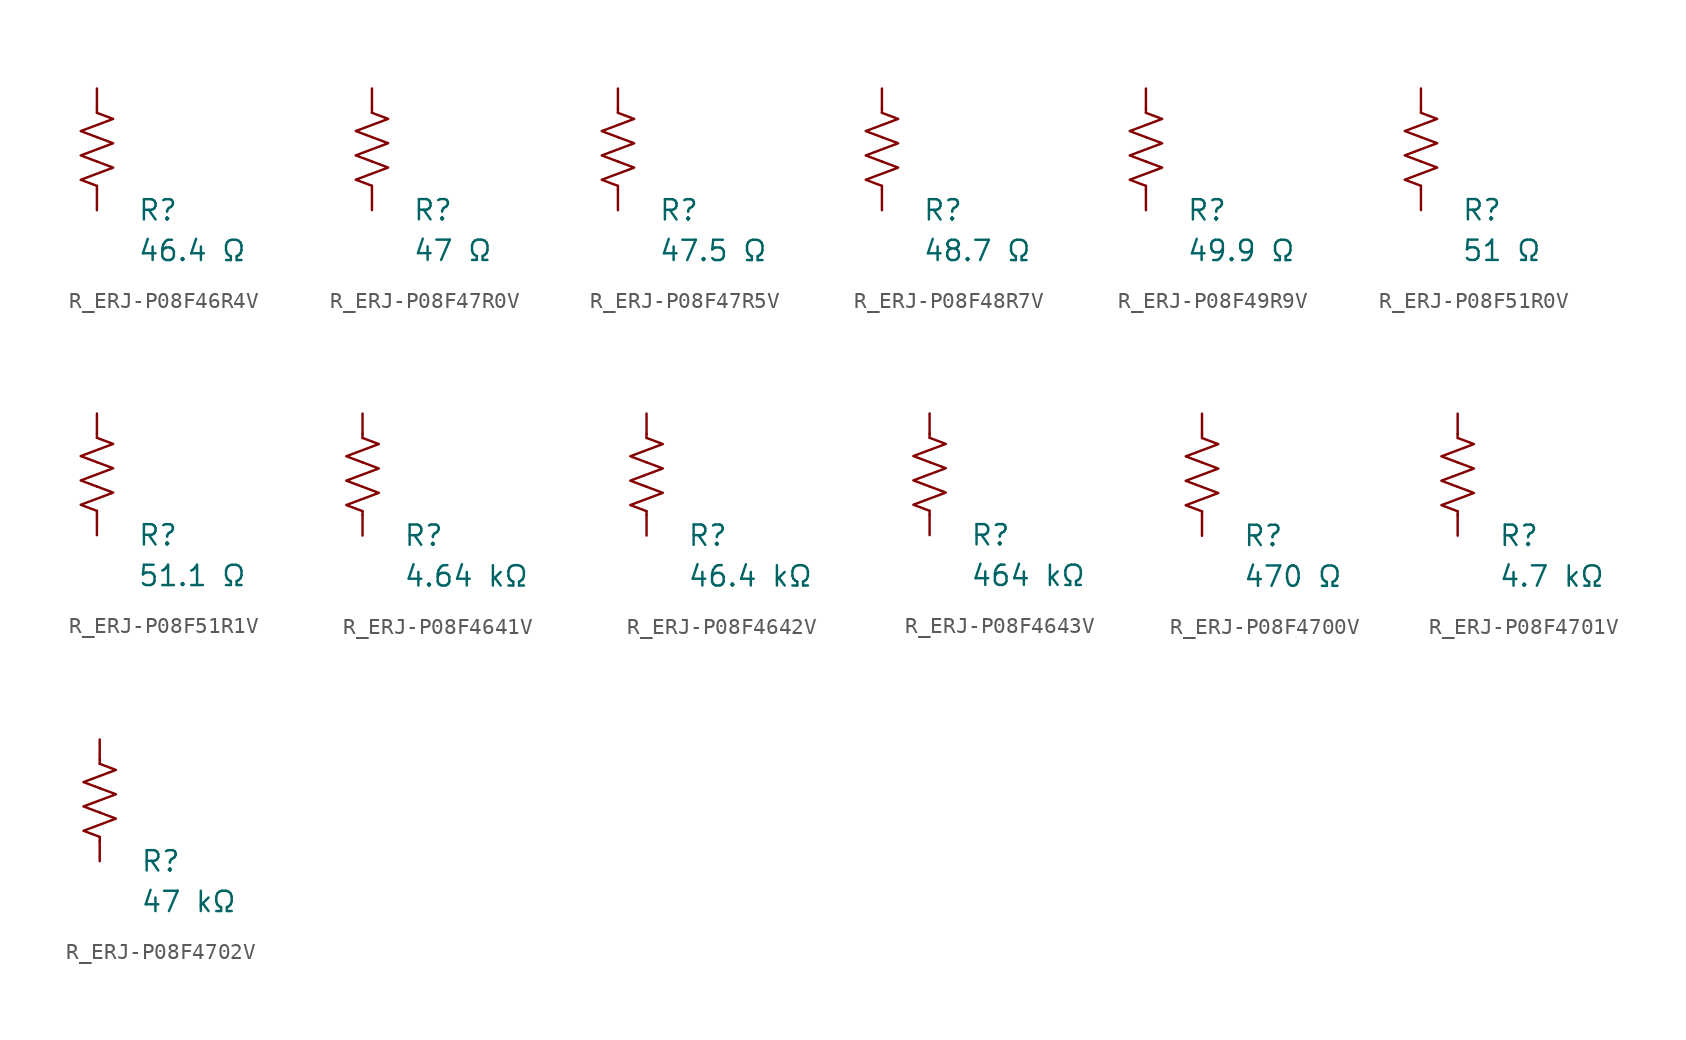
<source format=kicad_sym>
(kicad_symbol_lib
  (version 20231120)
  (generator "kicad_symbol_editor")
  (generator_version "8.0")
  (symbol "R_ERJ-P08F46R4V"
    (pin_numbers hide)
    (pin_names
      (offset 0))
    (property "Reference" "R"
      (at 2.54 -3.81 0)
      (effects (font (size 1.27 1.27)) (justify left))
      (show_name no))
    (property "Value" "46.4 Ω"
      (at 2.54 -6.35 0)
      (effects (font (size 1.27 1.27)) (justify left))
      (show_name no))
    (symbol "R_ERJ-P08F46R4V_0_1"
      (polyline (pts (xy 0 -2.286) (xy 0 -2.54)) (stroke (width 0) (type default)) (fill (type none)))
      (polyline (pts (xy 0 2.286) (xy 0 2.54)) (stroke (width 0) (type default)) (fill (type none)))
      (polyline (pts (xy 0 -0.762) (xy 1.016 -1.143) (xy 0 -1.524) (xy -1.016 -1.905) (xy 0 -2.286)) (stroke (width 0) (type default)) (fill (type none)))
      (polyline (pts (xy 0 0.762) (xy 1.016 0.381) (xy 0 0) (xy -1.016 -0.381) (xy 0 -0.762)) (stroke (width 0) (type default)) (fill (type none)))
      (polyline (pts (xy 0 2.286) (xy 1.016 1.905) (xy 0 1.524) (xy -1.016 1.143) (xy 0 0.762)) (stroke (width 0) (type default)) (fill (type none))))
    (symbol "R_ERJ-P08F46R4V_1_1"
      (pin passive line (at 0 3.81 270) (length 1.27) (name "~" (effects (font (size 1.27 1.27)))) (number "1" (effects (font (size 1.27 1.27)))))
      (pin passive line (at 0 -3.81 90) (length 1.27) (name "~" (effects (font (size 1.27 1.27)))) (number "2" (effects (font (size 1.27 1.27)))))))
  (symbol "R_ERJ-P08F47R0V"
    (pin_numbers hide)
    (pin_names
      (offset 0))
    (property "Reference" "R"
      (at 2.54 -3.81 0)
      (effects (font (size 1.27 1.27)) (justify left))
      (show_name no))
    (property "Value" "47 Ω"
      (at 2.54 -6.35 0)
      (effects (font (size 1.27 1.27)) (justify left))
      (show_name no))
    (symbol "R_ERJ-P08F47R0V_0_1"
      (polyline (pts (xy 0 -2.286) (xy 0 -2.54)) (stroke (width 0) (type default)) (fill (type none)))
      (polyline (pts (xy 0 2.286) (xy 0 2.54)) (stroke (width 0) (type default)) (fill (type none)))
      (polyline (pts (xy 0 -0.762) (xy 1.016 -1.143) (xy 0 -1.524) (xy -1.016 -1.905) (xy 0 -2.286)) (stroke (width 0) (type default)) (fill (type none)))
      (polyline (pts (xy 0 0.762) (xy 1.016 0.381) (xy 0 0) (xy -1.016 -0.381) (xy 0 -0.762)) (stroke (width 0) (type default)) (fill (type none)))
      (polyline (pts (xy 0 2.286) (xy 1.016 1.905) (xy 0 1.524) (xy -1.016 1.143) (xy 0 0.762)) (stroke (width 0) (type default)) (fill (type none))))
    (symbol "R_ERJ-P08F47R0V_1_1"
      (pin passive line (at 0 3.81 270) (length 1.27) (name "~" (effects (font (size 1.27 1.27)))) (number "1" (effects (font (size 1.27 1.27)))))
      (pin passive line (at 0 -3.81 90) (length 1.27) (name "~" (effects (font (size 1.27 1.27)))) (number "2" (effects (font (size 1.27 1.27)))))))
  (symbol "R_ERJ-P08F47R5V"
    (pin_numbers hide)
    (pin_names
      (offset 0))
    (property "Reference" "R"
      (at 2.54 -3.81 0)
      (effects (font (size 1.27 1.27)) (justify left))
      (show_name no))
    (property "Value" "47.5 Ω"
      (at 2.54 -6.35 0)
      (effects (font (size 1.27 1.27)) (justify left))
      (show_name no))
    (symbol "R_ERJ-P08F47R5V_0_1"
      (polyline (pts (xy 0 -2.286) (xy 0 -2.54)) (stroke (width 0) (type default)) (fill (type none)))
      (polyline (pts (xy 0 2.286) (xy 0 2.54)) (stroke (width 0) (type default)) (fill (type none)))
      (polyline (pts (xy 0 -0.762) (xy 1.016 -1.143) (xy 0 -1.524) (xy -1.016 -1.905) (xy 0 -2.286)) (stroke (width 0) (type default)) (fill (type none)))
      (polyline (pts (xy 0 0.762) (xy 1.016 0.381) (xy 0 0) (xy -1.016 -0.381) (xy 0 -0.762)) (stroke (width 0) (type default)) (fill (type none)))
      (polyline (pts (xy 0 2.286) (xy 1.016 1.905) (xy 0 1.524) (xy -1.016 1.143) (xy 0 0.762)) (stroke (width 0) (type default)) (fill (type none))))
    (symbol "R_ERJ-P08F47R5V_1_1"
      (pin passive line (at 0 3.81 270) (length 1.27) (name "~" (effects (font (size 1.27 1.27)))) (number "1" (effects (font (size 1.27 1.27)))))
      (pin passive line (at 0 -3.81 90) (length 1.27) (name "~" (effects (font (size 1.27 1.27)))) (number "2" (effects (font (size 1.27 1.27)))))))
  (symbol "R_ERJ-P08F48R7V"
    (pin_numbers hide)
    (pin_names
      (offset 0))
    (property "Reference" "R"
      (at 2.54 -3.81 0)
      (effects (font (size 1.27 1.27)) (justify left))
      (show_name no))
    (property "Value" "48.7 Ω"
      (at 2.54 -6.35 0)
      (effects (font (size 1.27 1.27)) (justify left))
      (show_name no))
    (symbol "R_ERJ-P08F48R7V_0_1"
      (polyline (pts (xy 0 -2.286) (xy 0 -2.54)) (stroke (width 0) (type default)) (fill (type none)))
      (polyline (pts (xy 0 2.286) (xy 0 2.54)) (stroke (width 0) (type default)) (fill (type none)))
      (polyline (pts (xy 0 -0.762) (xy 1.016 -1.143) (xy 0 -1.524) (xy -1.016 -1.905) (xy 0 -2.286)) (stroke (width 0) (type default)) (fill (type none)))
      (polyline (pts (xy 0 0.762) (xy 1.016 0.381) (xy 0 0) (xy -1.016 -0.381) (xy 0 -0.762)) (stroke (width 0) (type default)) (fill (type none)))
      (polyline (pts (xy 0 2.286) (xy 1.016 1.905) (xy 0 1.524) (xy -1.016 1.143) (xy 0 0.762)) (stroke (width 0) (type default)) (fill (type none))))
    (symbol "R_ERJ-P08F48R7V_1_1"
      (pin passive line (at 0 3.81 270) (length 1.27) (name "~" (effects (font (size 1.27 1.27)))) (number "1" (effects (font (size 1.27 1.27)))))
      (pin passive line (at 0 -3.81 90) (length 1.27) (name "~" (effects (font (size 1.27 1.27)))) (number "2" (effects (font (size 1.27 1.27)))))))
  (symbol "R_ERJ-P08F49R9V"
    (pin_numbers hide)
    (pin_names
      (offset 0))
    (property "Reference" "R"
      (at 2.54 -3.81 0)
      (effects (font (size 1.27 1.27)) (justify left))
      (show_name no))
    (property "Value" "49.9 Ω"
      (at 2.54 -6.35 0)
      (effects (font (size 1.27 1.27)) (justify left))
      (show_name no))
    (symbol "R_ERJ-P08F49R9V_0_1"
      (polyline (pts (xy 0 -2.286) (xy 0 -2.54)) (stroke (width 0) (type default)) (fill (type none)))
      (polyline (pts (xy 0 2.286) (xy 0 2.54)) (stroke (width 0) (type default)) (fill (type none)))
      (polyline (pts (xy 0 -0.762) (xy 1.016 -1.143) (xy 0 -1.524) (xy -1.016 -1.905) (xy 0 -2.286)) (stroke (width 0) (type default)) (fill (type none)))
      (polyline (pts (xy 0 0.762) (xy 1.016 0.381) (xy 0 0) (xy -1.016 -0.381) (xy 0 -0.762)) (stroke (width 0) (type default)) (fill (type none)))
      (polyline (pts (xy 0 2.286) (xy 1.016 1.905) (xy 0 1.524) (xy -1.016 1.143) (xy 0 0.762)) (stroke (width 0) (type default)) (fill (type none))))
    (symbol "R_ERJ-P08F49R9V_1_1"
      (pin passive line (at 0 3.81 270) (length 1.27) (name "~" (effects (font (size 1.27 1.27)))) (number "1" (effects (font (size 1.27 1.27)))))
      (pin passive line (at 0 -3.81 90) (length 1.27) (name "~" (effects (font (size 1.27 1.27)))) (number "2" (effects (font (size 1.27 1.27)))))))
  (symbol "R_ERJ-P08F51R0V"
    (pin_numbers hide)
    (pin_names
      (offset 0))
    (property "Reference" "R"
      (at 2.54 -3.81 0)
      (effects (font (size 1.27 1.27)) (justify left))
      (show_name no))
    (property "Value" "51 Ω"
      (at 2.54 -6.35 0)
      (effects (font (size 1.27 1.27)) (justify left))
      (show_name no))
    (symbol "R_ERJ-P08F51R0V_0_1"
      (polyline (pts (xy 0 -2.286) (xy 0 -2.54)) (stroke (width 0) (type default)) (fill (type none)))
      (polyline (pts (xy 0 2.286) (xy 0 2.54)) (stroke (width 0) (type default)) (fill (type none)))
      (polyline (pts (xy 0 -0.762) (xy 1.016 -1.143) (xy 0 -1.524) (xy -1.016 -1.905) (xy 0 -2.286)) (stroke (width 0) (type default)) (fill (type none)))
      (polyline (pts (xy 0 0.762) (xy 1.016 0.381) (xy 0 0) (xy -1.016 -0.381) (xy 0 -0.762)) (stroke (width 0) (type default)) (fill (type none)))
      (polyline (pts (xy 0 2.286) (xy 1.016 1.905) (xy 0 1.524) (xy -1.016 1.143) (xy 0 0.762)) (stroke (width 0) (type default)) (fill (type none))))
    (symbol "R_ERJ-P08F51R0V_1_1"
      (pin passive line (at 0 3.81 270) (length 1.27) (name "~" (effects (font (size 1.27 1.27)))) (number "1" (effects (font (size 1.27 1.27)))))
      (pin passive line (at 0 -3.81 90) (length 1.27) (name "~" (effects (font (size 1.27 1.27)))) (number "2" (effects (font (size 1.27 1.27)))))))
  (symbol "R_ERJ-P08F51R1V"
    (pin_numbers hide)
    (pin_names
      (offset 0))
    (property "Reference" "R"
      (at 2.54 -3.81 0)
      (effects (font (size 1.27 1.27)) (justify left))
      (show_name no))
    (property "Value" "51.1 Ω"
      (at 2.54 -6.35 0)
      (effects (font (size 1.27 1.27)) (justify left))
      (show_name no))
    (symbol "R_ERJ-P08F51R1V_0_1"
      (polyline (pts (xy 0 -2.286) (xy 0 -2.54)) (stroke (width 0) (type default)) (fill (type none)))
      (polyline (pts (xy 0 2.286) (xy 0 2.54)) (stroke (width 0) (type default)) (fill (type none)))
      (polyline (pts (xy 0 -0.762) (xy 1.016 -1.143) (xy 0 -1.524) (xy -1.016 -1.905) (xy 0 -2.286)) (stroke (width 0) (type default)) (fill (type none)))
      (polyline (pts (xy 0 0.762) (xy 1.016 0.381) (xy 0 0) (xy -1.016 -0.381) (xy 0 -0.762)) (stroke (width 0) (type default)) (fill (type none)))
      (polyline (pts (xy 0 2.286) (xy 1.016 1.905) (xy 0 1.524) (xy -1.016 1.143) (xy 0 0.762)) (stroke (width 0) (type default)) (fill (type none))))
    (symbol "R_ERJ-P08F51R1V_1_1"
      (pin passive line (at 0 3.81 270) (length 1.27) (name "~" (effects (font (size 1.27 1.27)))) (number "1" (effects (font (size 1.27 1.27)))))
      (pin passive line (at 0 -3.81 90) (length 1.27) (name "~" (effects (font (size 1.27 1.27)))) (number "2" (effects (font (size 1.27 1.27)))))))
  (symbol "R_ERJ-P08F4641V"
    (pin_numbers hide)
    (pin_names
      (offset 0))
    (property "Reference" "R"
      (at 2.54 -3.81 0)
      (effects (font (size 1.27 1.27)) (justify left))
      (show_name no))
    (property "Value" "4.64 kΩ"
      (at 2.54 -6.35 0)
      (effects (font (size 1.27 1.27)) (justify left))
      (show_name no))
    (symbol "R_ERJ-P08F4641V_0_1"
      (polyline (pts (xy 0 -2.286) (xy 0 -2.54)) (stroke (width 0) (type default)) (fill (type none)))
      (polyline (pts (xy 0 2.286) (xy 0 2.54)) (stroke (width 0) (type default)) (fill (type none)))
      (polyline (pts (xy 0 -0.762) (xy 1.016 -1.143) (xy 0 -1.524) (xy -1.016 -1.905) (xy 0 -2.286)) (stroke (width 0) (type default)) (fill (type none)))
      (polyline (pts (xy 0 0.762) (xy 1.016 0.381) (xy 0 0) (xy -1.016 -0.381) (xy 0 -0.762)) (stroke (width 0) (type default)) (fill (type none)))
      (polyline (pts (xy 0 2.286) (xy 1.016 1.905) (xy 0 1.524) (xy -1.016 1.143) (xy 0 0.762)) (stroke (width 0) (type default)) (fill (type none))))
    (symbol "R_ERJ-P08F4641V_1_1"
      (pin passive line (at 0 3.81 270) (length 1.27) (name "~" (effects (font (size 1.27 1.27)))) (number "1" (effects (font (size 1.27 1.27)))))
      (pin passive line (at 0 -3.81 90) (length 1.27) (name "~" (effects (font (size 1.27 1.27)))) (number "2" (effects (font (size 1.27 1.27)))))))
  (symbol "R_ERJ-P08F4642V"
    (pin_numbers hide)
    (pin_names
      (offset 0))
    (property "Reference" "R"
      (at 2.54 -3.81 0)
      (effects (font (size 1.27 1.27)) (justify left))
      (show_name no))
    (property "Value" "46.4 kΩ"
      (at 2.54 -6.35 0)
      (effects (font (size 1.27 1.27)) (justify left))
      (show_name no))
    (symbol "R_ERJ-P08F4642V_0_1"
      (polyline (pts (xy 0 -2.286) (xy 0 -2.54)) (stroke (width 0) (type default)) (fill (type none)))
      (polyline (pts (xy 0 2.286) (xy 0 2.54)) (stroke (width 0) (type default)) (fill (type none)))
      (polyline (pts (xy 0 -0.762) (xy 1.016 -1.143) (xy 0 -1.524) (xy -1.016 -1.905) (xy 0 -2.286)) (stroke (width 0) (type default)) (fill (type none)))
      (polyline (pts (xy 0 0.762) (xy 1.016 0.381) (xy 0 0) (xy -1.016 -0.381) (xy 0 -0.762)) (stroke (width 0) (type default)) (fill (type none)))
      (polyline (pts (xy 0 2.286) (xy 1.016 1.905) (xy 0 1.524) (xy -1.016 1.143) (xy 0 0.762)) (stroke (width 0) (type default)) (fill (type none))))
    (symbol "R_ERJ-P08F4642V_1_1"
      (pin passive line (at 0 3.81 270) (length 1.27) (name "~" (effects (font (size 1.27 1.27)))) (number "1" (effects (font (size 1.27 1.27)))))
      (pin passive line (at 0 -3.81 90) (length 1.27) (name "~" (effects (font (size 1.27 1.27)))) (number "2" (effects (font (size 1.27 1.27)))))))
  (symbol "R_ERJ-P08F4643V"
    (pin_numbers hide)
    (pin_names
      (offset 0))
    (property "Reference" "R"
      (at 2.54 -3.81 0)
      (effects (font (size 1.27 1.27)) (justify left))
      (show_name no))
    (property "Value" "464 kΩ"
      (at 2.54 -6.35 0)
      (effects (font (size 1.27 1.27)) (justify left))
      (show_name no))
    (symbol "R_ERJ-P08F4643V_0_1"
      (polyline (pts (xy 0 -2.286) (xy 0 -2.54)) (stroke (width 0) (type default)) (fill (type none)))
      (polyline (pts (xy 0 2.286) (xy 0 2.54)) (stroke (width 0) (type default)) (fill (type none)))
      (polyline (pts (xy 0 -0.762) (xy 1.016 -1.143) (xy 0 -1.524) (xy -1.016 -1.905) (xy 0 -2.286)) (stroke (width 0) (type default)) (fill (type none)))
      (polyline (pts (xy 0 0.762) (xy 1.016 0.381) (xy 0 0) (xy -1.016 -0.381) (xy 0 -0.762)) (stroke (width 0) (type default)) (fill (type none)))
      (polyline (pts (xy 0 2.286) (xy 1.016 1.905) (xy 0 1.524) (xy -1.016 1.143) (xy 0 0.762)) (stroke (width 0) (type default)) (fill (type none))))
    (symbol "R_ERJ-P08F4643V_1_1"
      (pin passive line (at 0 3.81 270) (length 1.27) (name "~" (effects (font (size 1.27 1.27)))) (number "1" (effects (font (size 1.27 1.27)))))
      (pin passive line (at 0 -3.81 90) (length 1.27) (name "~" (effects (font (size 1.27 1.27)))) (number "2" (effects (font (size 1.27 1.27)))))))
  (symbol "R_ERJ-P08F4700V"
    (pin_numbers hide)
    (pin_names
      (offset 0))
    (property "Reference" "R"
      (at 2.54 -3.81 0)
      (effects (font (size 1.27 1.27)) (justify left))
      (show_name no))
    (property "Value" "470 Ω"
      (at 2.54 -6.35 0)
      (effects (font (size 1.27 1.27)) (justify left))
      (show_name no))
    (symbol "R_ERJ-P08F4700V_0_1"
      (polyline (pts (xy 0 -2.286) (xy 0 -2.54)) (stroke (width 0) (type default)) (fill (type none)))
      (polyline (pts (xy 0 2.286) (xy 0 2.54)) (stroke (width 0) (type default)) (fill (type none)))
      (polyline (pts (xy 0 -0.762) (xy 1.016 -1.143) (xy 0 -1.524) (xy -1.016 -1.905) (xy 0 -2.286)) (stroke (width 0) (type default)) (fill (type none)))
      (polyline (pts (xy 0 0.762) (xy 1.016 0.381) (xy 0 0) (xy -1.016 -0.381) (xy 0 -0.762)) (stroke (width 0) (type default)) (fill (type none)))
      (polyline (pts (xy 0 2.286) (xy 1.016 1.905) (xy 0 1.524) (xy -1.016 1.143) (xy 0 0.762)) (stroke (width 0) (type default)) (fill (type none))))
    (symbol "R_ERJ-P08F4700V_1_1"
      (pin passive line (at 0 3.81 270) (length 1.27) (name "~" (effects (font (size 1.27 1.27)))) (number "1" (effects (font (size 1.27 1.27)))))
      (pin passive line (at 0 -3.81 90) (length 1.27) (name "~" (effects (font (size 1.27 1.27)))) (number "2" (effects (font (size 1.27 1.27)))))))
  (symbol "R_ERJ-P08F4701V"
    (pin_numbers hide)
    (pin_names
      (offset 0))
    (property "Reference" "R"
      (at 2.54 -3.81 0)
      (effects (font (size 1.27 1.27)) (justify left))
      (show_name no))
    (property "Value" "4.7 kΩ"
      (at 2.54 -6.35 0)
      (effects (font (size 1.27 1.27)) (justify left))
      (show_name no))
    (symbol "R_ERJ-P08F4701V_0_1"
      (polyline (pts (xy 0 -2.286) (xy 0 -2.54)) (stroke (width 0) (type default)) (fill (type none)))
      (polyline (pts (xy 0 2.286) (xy 0 2.54)) (stroke (width 0) (type default)) (fill (type none)))
      (polyline (pts (xy 0 -0.762) (xy 1.016 -1.143) (xy 0 -1.524) (xy -1.016 -1.905) (xy 0 -2.286)) (stroke (width 0) (type default)) (fill (type none)))
      (polyline (pts (xy 0 0.762) (xy 1.016 0.381) (xy 0 0) (xy -1.016 -0.381) (xy 0 -0.762)) (stroke (width 0) (type default)) (fill (type none)))
      (polyline (pts (xy 0 2.286) (xy 1.016 1.905) (xy 0 1.524) (xy -1.016 1.143) (xy 0 0.762)) (stroke (width 0) (type default)) (fill (type none))))
    (symbol "R_ERJ-P08F4701V_1_1"
      (pin passive line (at 0 3.81 270) (length 1.27) (name "~" (effects (font (size 1.27 1.27)))) (number "1" (effects (font (size 1.27 1.27)))))
      (pin passive line (at 0 -3.81 90) (length 1.27) (name "~" (effects (font (size 1.27 1.27)))) (number "2" (effects (font (size 1.27 1.27)))))))
  (symbol "R_ERJ-P08F4702V"
    (pin_numbers hide)
    (pin_names
      (offset 0))
    (property "Reference" "R"
      (at 2.54 -3.81 0)
      (effects (font (size 1.27 1.27)) (justify left))
      (show_name no))
    (property "Value" "47 kΩ"
      (at 2.54 -6.35 0)
      (effects (font (size 1.27 1.27)) (justify left))
      (show_name no))
    (symbol "R_ERJ-P08F4702V_0_1"
      (polyline (pts (xy 0 -2.286) (xy 0 -2.54)) (stroke (width 0) (type default)) (fill (type none)))
      (polyline (pts (xy 0 2.286) (xy 0 2.54)) (stroke (width 0) (type default)) (fill (type none)))
      (polyline (pts (xy 0 -0.762) (xy 1.016 -1.143) (xy 0 -1.524) (xy -1.016 -1.905) (xy 0 -2.286)) (stroke (width 0) (type default)) (fill (type none)))
      (polyline (pts (xy 0 0.762) (xy 1.016 0.381) (xy 0 0) (xy -1.016 -0.381) (xy 0 -0.762)) (stroke (width 0) (type default)) (fill (type none)))
      (polyline (pts (xy 0 2.286) (xy 1.016 1.905) (xy 0 1.524) (xy -1.016 1.143) (xy 0 0.762)) (stroke (width 0) (type default)) (fill (type none))))
    (symbol "R_ERJ-P08F4702V_1_1"
      (pin passive line (at 0 3.81 270) (length 1.27) (name "~" (effects (font (size 1.27 1.27)))) (number "1" (effects (font (size 1.27 1.27)))))
      (pin passive line (at 0 -3.81 90) (length 1.27) (name "~" (effects (font (size 1.27 1.27)))) (number "2" (effects (font (size 1.27 1.27))))))))
</source>
